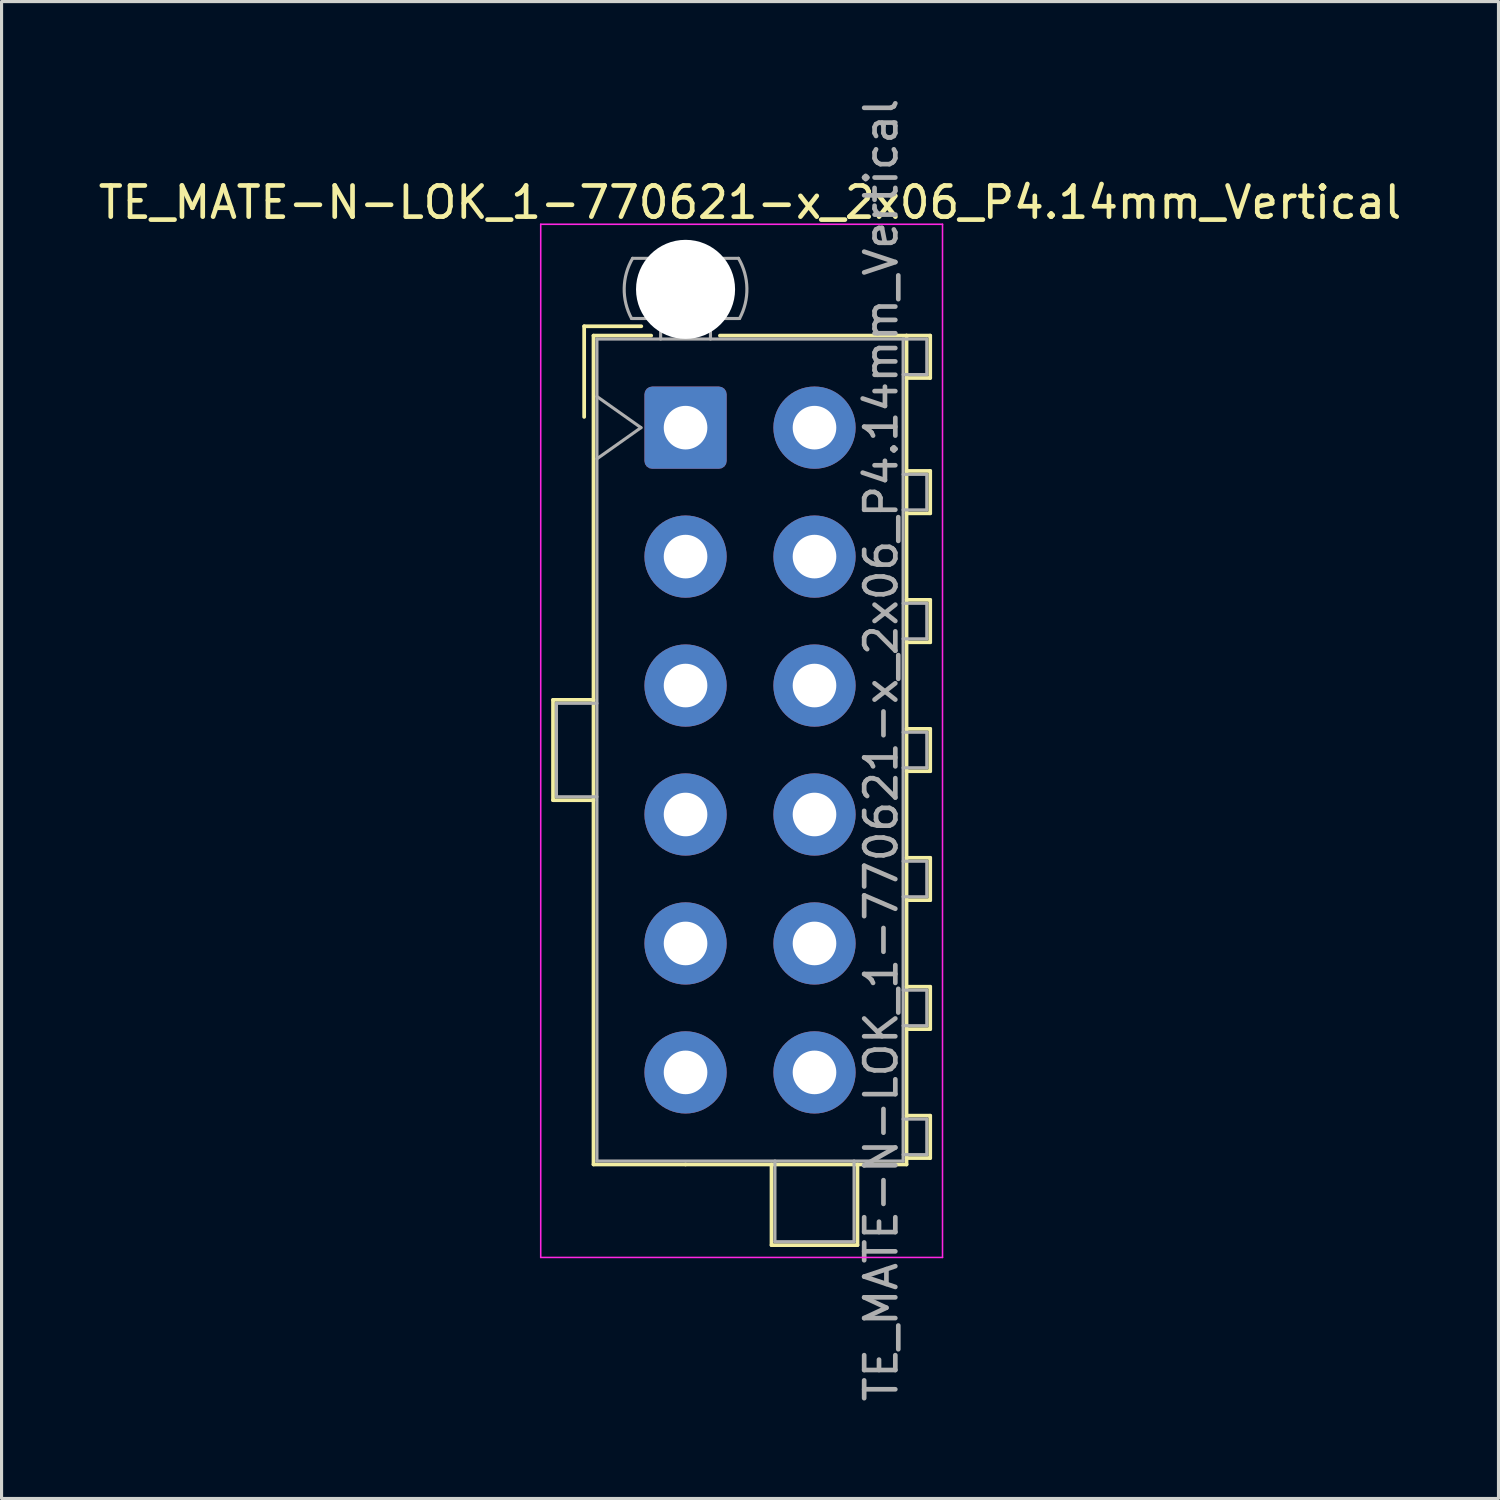
<source format=kicad_pcb>
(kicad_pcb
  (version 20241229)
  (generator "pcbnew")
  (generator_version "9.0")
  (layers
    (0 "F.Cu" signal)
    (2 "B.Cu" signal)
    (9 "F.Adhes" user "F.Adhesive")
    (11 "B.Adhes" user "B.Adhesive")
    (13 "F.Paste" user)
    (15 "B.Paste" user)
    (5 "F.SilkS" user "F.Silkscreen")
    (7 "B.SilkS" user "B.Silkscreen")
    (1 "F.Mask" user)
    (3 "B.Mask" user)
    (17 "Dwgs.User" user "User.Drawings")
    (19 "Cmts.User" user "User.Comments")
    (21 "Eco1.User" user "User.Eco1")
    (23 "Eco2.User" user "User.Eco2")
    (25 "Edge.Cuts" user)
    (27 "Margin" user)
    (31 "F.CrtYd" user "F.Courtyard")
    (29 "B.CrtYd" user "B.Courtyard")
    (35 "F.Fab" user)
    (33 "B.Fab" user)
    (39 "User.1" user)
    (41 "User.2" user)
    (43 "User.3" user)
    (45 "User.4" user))
  (footprint "TE_MATE-N-LOK_1-770621-x_2x06_P4.14mm_Vertical"
    (layer "F.Cu")
    (at 18.96 10.68)
    (property "Reference" "TE_MATE-N-LOK_1-770621-x_2x06_P4.14mm_Vertical" (at 2.07 -7.23 0) (layer "F.SilkS") (effects (font (size 1 1) (thickness 0.15))))
    (attr through_hole)
    (fp_line (start -4.255 8.74) (end -4.255 11.96) (stroke (width 0.12) (type solid)) (layer "F.SilkS"))
    (fp_line (start -4.255 11.96) (end -2.955 11.96) (stroke (width 0.12) (type solid)) (layer "F.SilkS"))
    (fp_line (start -3.255 -3.255) (end -3.255 -0.345) (stroke (width 0.12) (type solid)) (layer "F.SilkS"))
    (fp_line (start -2.955 -2.955) (end -2.955 23.655) (stroke (width 0.12) (type solid)) (layer "F.SilkS"))
    (fp_line (start -2.955 8.74) (end -4.255 8.74) (stroke (width 0.12) (type solid)) (layer "F.SilkS"))
    (fp_line (start -2.955 23.655) (end 0 23.655) (stroke (width 0.12) (type solid)) (layer "F.SilkS"))
    (fp_line (start -1.421 -3.255) (end -3.255 -3.255) (stroke (width 0.12) (type solid)) (layer "F.SilkS"))
    (fp_line (start -1.103 -2.955) (end -2.955 -2.955) (stroke (width 0.12) (type solid)) (layer "F.SilkS"))
    (fp_line (start 1.103 -2.955) (end 7.095 -2.955) (stroke (width 0.12) (type solid)) (layer "F.SilkS"))
    (fp_line (start 2.76 23.655) (end 2.76 26.246) (stroke (width 0.12) (type solid)) (layer "F.SilkS"))
    (fp_line (start 2.76 26.246) (end 5.52 26.246) (stroke (width 0.12) (type solid)) (layer "F.SilkS"))
    (fp_line (start 5.52 26.246) (end 5.52 23.655) (stroke (width 0.12) (type solid)) (layer "F.SilkS"))
    (fp_line (start 7.095 -2.955) (end 7.095 23.655) (stroke (width 0.12) (type solid)) (layer "F.SilkS"))
    (fp_line (start 7.095 -2.955) (end 7.855 -2.955) (stroke (width 0.12) (type solid)) (layer "F.SilkS"))
    (fp_line (start 7.095 1.39) (end 7.855 1.39) (stroke (width 0.12) (type solid)) (layer "F.SilkS"))
    (fp_line (start 7.095 5.53) (end 7.855 5.53) (stroke (width 0.12) (type solid)) (layer "F.SilkS"))
    (fp_line (start 7.095 9.67) (end 7.855 9.67) (stroke (width 0.12) (type solid)) (layer "F.SilkS"))
    (fp_line (start 7.095 13.81) (end 7.855 13.81) (stroke (width 0.12) (type solid)) (layer "F.SilkS"))
    (fp_line (start 7.095 17.95) (end 7.855 17.95) (stroke (width 0.12) (type solid)) (layer "F.SilkS"))
    (fp_line (start 7.095 22.09) (end 7.855 22.09) (stroke (width 0.12) (type solid)) (layer "F.SilkS"))
    (fp_line (start 7.095 23.655) (end 0 23.655) (stroke (width 0.12) (type solid)) (layer "F.SilkS"))
    (fp_line (start 7.855 -2.955) (end 7.855 -1.595) (stroke (width 0.12) (type solid)) (layer "F.SilkS"))
    (fp_line (start 7.855 -1.595) (end 7.095 -1.595) (stroke (width 0.12) (type solid)) (layer "F.SilkS"))
    (fp_line (start 7.855 1.39) (end 7.855 2.75) (stroke (width 0.12) (type solid)) (layer "F.SilkS"))
    (fp_line (start 7.855 2.75) (end 7.095 2.75) (stroke (width 0.12) (type solid)) (layer "F.SilkS"))
    (fp_line (start 7.855 5.53) (end 7.855 6.89) (stroke (width 0.12) (type solid)) (layer "F.SilkS"))
    (fp_line (start 7.855 6.89) (end 7.095 6.89) (stroke (width 0.12) (type solid)) (layer "F.SilkS"))
    (fp_line (start 7.855 9.67) (end 7.855 11.03) (stroke (width 0.12) (type solid)) (layer "F.SilkS"))
    (fp_line (start 7.855 11.03) (end 7.095 11.03) (stroke (width 0.12) (type solid)) (layer "F.SilkS"))
    (fp_line (start 7.855 13.81) (end 7.855 15.17) (stroke (width 0.12) (type solid)) (layer "F.SilkS"))
    (fp_line (start 7.855 15.17) (end 7.095 15.17) (stroke (width 0.12) (type solid)) (layer "F.SilkS"))
    (fp_line (start 7.855 17.95) (end 7.855 19.31) (stroke (width 0.12) (type solid)) (layer "F.SilkS"))
    (fp_line (start 7.855 19.31) (end 7.095 19.31) (stroke (width 0.12) (type solid)) (layer "F.SilkS"))
    (fp_line (start 7.855 22.09) (end 7.855 23.45) (stroke (width 0.12) (type solid)) (layer "F.SilkS"))
    (fp_line (start 7.855 23.45) (end 7.095 23.45) (stroke (width 0.12) (type solid)) (layer "F.SilkS"))
    (fp_line (start -4.65 -6.53) (end -4.65 26.64) (stroke (width 0.05) (type solid)) (layer "F.CrtYd"))
    (fp_line (start -4.65 26.64) (end 8.25 26.64) (stroke (width 0.05) (type solid)) (layer "F.CrtYd"))
    (fp_line (start 8.25 -6.53) (end -4.65 -6.53) (stroke (width 0.05) (type solid)) (layer "F.CrtYd"))
    (fp_line (start 8.25 26.64) (end 8.25 -6.53) (stroke (width 0.05) (type solid)) (layer "F.CrtYd"))
    (fp_line (start -4.145 8.85) (end -4.145 11.85) (stroke (width 0.1) (type solid)) (layer "F.Fab"))
    (fp_line (start -4.145 11.85) (end -2.845 11.85) (stroke (width 0.1) (type solid)) (layer "F.Fab"))
    (fp_line (start -2.845 -2.845) (end -2.845 23.545) (stroke (width 0.1) (type solid)) (layer "F.Fab"))
    (fp_line (start -2.845 -1) (end -1.431 0) (stroke (width 0.1) (type solid)) (layer "F.Fab"))
    (fp_line (start -2.845 8.85) (end -4.145 8.85) (stroke (width 0.1) (type solid)) (layer "F.Fab"))
    (fp_line (start -2.845 23.545) (end 6.985 23.545) (stroke (width 0.1) (type solid)) (layer "F.Fab"))
    (fp_line (start -1.431 0) (end -2.845 1) (stroke (width 0.1) (type solid)) (layer "F.Fab"))
    (fp_line (start -0.8 -2.845) (end -0.8 -3.505) (stroke (width 0.1) (type solid)) (layer "F.Fab"))
    (fp_line (start 0.8 -2.845) (end 0.8 -3.505) (stroke (width 0.1) (type solid)) (layer "F.Fab"))
    (fp_line (start 1.7 -5.436) (end -1.7 -5.436) (stroke (width 0.1) (type solid)) (layer "F.Fab"))
    (fp_line (start 1.734 -3.505) (end -1.734 -3.505) (stroke (width 0.1) (type solid)) (layer "F.Fab"))
    (fp_line (start 2.87 23.545) (end 2.87 26.136) (stroke (width 0.1) (type solid)) (layer "F.Fab"))
    (fp_line (start 2.87 26.136) (end 5.41 26.136) (stroke (width 0.1) (type solid)) (layer "F.Fab"))
    (fp_line (start 5.41 26.136) (end 5.41 23.545) (stroke (width 0.1) (type solid)) (layer "F.Fab"))
    (fp_line (start 6.985 -2.845) (end -2.845 -2.845) (stroke (width 0.1) (type solid)) (layer "F.Fab"))
    (fp_line (start 6.985 -2.845) (end 7.745 -2.845) (stroke (width 0.1) (type solid)) (layer "F.Fab"))
    (fp_line (start 6.985 1.5) (end 7.745 1.5) (stroke (width 0.1) (type solid)) (layer "F.Fab"))
    (fp_line (start 6.985 5.64) (end 7.745 5.64) (stroke (width 0.1) (type solid)) (layer "F.Fab"))
    (fp_line (start 6.985 9.78) (end 7.745 9.78) (stroke (width 0.1) (type solid)) (layer "F.Fab"))
    (fp_line (start 6.985 13.92) (end 7.745 13.92) (stroke (width 0.1) (type solid)) (layer "F.Fab"))
    (fp_line (start 6.985 18.06) (end 7.745 18.06) (stroke (width 0.1) (type solid)) (layer "F.Fab"))
    (fp_line (start 6.985 22.2) (end 7.745 22.2) (stroke (width 0.1) (type solid)) (layer "F.Fab"))
    (fp_line (start 6.985 23.545) (end 6.985 -2.845) (stroke (width 0.1) (type solid)) (layer "F.Fab"))
    (fp_line (start 7.745 -2.845) (end 7.745 -1.705) (stroke (width 0.1) (type solid)) (layer "F.Fab"))
    (fp_line (start 7.745 -1.705) (end 6.985 -1.705) (stroke (width 0.1) (type solid)) (layer "F.Fab"))
    (fp_line (start 7.745 1.5) (end 7.745 2.64) (stroke (width 0.1) (type solid)) (layer "F.Fab"))
    (fp_line (start 7.745 2.64) (end 6.985 2.64) (stroke (width 0.1) (type solid)) (layer "F.Fab"))
    (fp_line (start 7.745 5.64) (end 7.745 6.78) (stroke (width 0.1) (type solid)) (layer "F.Fab"))
    (fp_line (start 7.745 6.78) (end 6.985 6.78) (stroke (width 0.1) (type solid)) (layer "F.Fab"))
    (fp_line (start 7.745 9.78) (end 7.745 10.92) (stroke (width 0.1) (type solid)) (layer "F.Fab"))
    (fp_line (start 7.745 10.92) (end 6.985 10.92) (stroke (width 0.1) (type solid)) (layer "F.Fab"))
    (fp_line (start 7.745 13.92) (end 7.745 15.06) (stroke (width 0.1) (type solid)) (layer "F.Fab"))
    (fp_line (start 7.745 15.06) (end 6.985 15.06) (stroke (width 0.1) (type solid)) (layer "F.Fab"))
    (fp_line (start 7.745 18.06) (end 7.745 19.2) (stroke (width 0.1) (type solid)) (layer "F.Fab"))
    (fp_line (start 7.745 19.2) (end 6.985 19.2) (stroke (width 0.1) (type solid)) (layer "F.Fab"))
    (fp_line (start 7.745 22.2) (end 7.745 23.34) (stroke (width 0.1) (type solid)) (layer "F.Fab"))
    (fp_line (start 7.745 23.34) (end 6.985 23.34) (stroke (width 0.1) (type solid)) (layer "F.Fab"))
    (fp_arc (start -1.733977 -3.505) (mid -1.969689 -4.474992) (end -1.699672 -5.436) (stroke (width 0.1) (type solid)) (layer "F.Fab"))
    (fp_arc (start 1.699672 -5.436) (mid 1.969689 -4.474992) (end 1.733977 -3.505) (stroke (width 0.1) (type solid)) (layer "F.Fab"))
    (fp_text user "${REFERENCE}" (at 6.28 10.35 90) (layer "F.Fab") (effects (font (size 1 1) (thickness 0.15))))
    (pad "" np_thru_hole circle (at 0 -4.44) (size 3.18 3.18) (drill 3.18) (layers "*.Cu" "*.Mask"))
    (pad "1" thru_hole roundrect (at 0 0) (size 2.64 2.64) (drill 1.4) (layers "*.Cu" "*.Mask") (roundrect_rratio 0.095))
    (pad "2" thru_hole circle (at 0 4.14) (size 2.64 2.64) (drill 1.4) (layers "*.Cu" "*.Mask"))
    (pad "3" thru_hole circle (at 0 8.28) (size 2.64 2.64) (drill 1.4) (layers "*.Cu" "*.Mask"))
    (pad "4" thru_hole circle (at 0 12.42) (size 2.64 2.64) (drill 1.4) (layers "*.Cu" "*.Mask"))
    (pad "5" thru_hole circle (at 0 16.56) (size 2.64 2.64) (drill 1.4) (layers "*.Cu" "*.Mask"))
    (pad "6" thru_hole circle (at 0 20.7) (size 2.64 2.64) (drill 1.4) (layers "*.Cu" "*.Mask"))
    (pad "7" thru_hole circle (at 4.14 0) (size 2.64 2.64) (drill 1.4) (layers "*.Cu" "*.Mask"))
    (pad "8" thru_hole circle (at 4.14 4.14) (size 2.64 2.64) (drill 1.4) (layers "*.Cu" "*.Mask"))
    (pad "9" thru_hole circle (at 4.14 8.28) (size 2.64 2.64) (drill 1.4) (layers "*.Cu" "*.Mask"))
    (pad "10" thru_hole circle (at 4.14 12.42) (size 2.64 2.64) (drill 1.4) (layers "*.Cu" "*.Mask"))
    (pad "11" thru_hole circle (at 4.14 16.56) (size 2.64 2.64) (drill 1.4) (layers "*.Cu" "*.Mask"))
    (pad "12" thru_hole circle (at 4.14 20.7) (size 2.64 2.64) (drill 1.4) (layers "*.Cu" "*.Mask")))
  (gr_rect
    (start -3 -3)
    (end 45.06 45.06)
    (stroke (width 0.1) (type default))
    (fill no)
    (layer "Edge.Cuts")))
</source>
